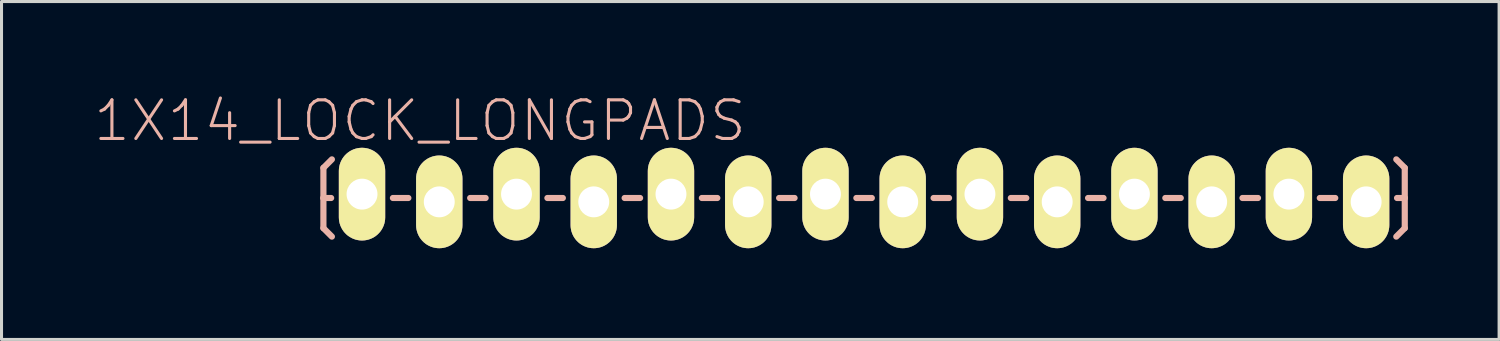
<source format=kicad_pcb>
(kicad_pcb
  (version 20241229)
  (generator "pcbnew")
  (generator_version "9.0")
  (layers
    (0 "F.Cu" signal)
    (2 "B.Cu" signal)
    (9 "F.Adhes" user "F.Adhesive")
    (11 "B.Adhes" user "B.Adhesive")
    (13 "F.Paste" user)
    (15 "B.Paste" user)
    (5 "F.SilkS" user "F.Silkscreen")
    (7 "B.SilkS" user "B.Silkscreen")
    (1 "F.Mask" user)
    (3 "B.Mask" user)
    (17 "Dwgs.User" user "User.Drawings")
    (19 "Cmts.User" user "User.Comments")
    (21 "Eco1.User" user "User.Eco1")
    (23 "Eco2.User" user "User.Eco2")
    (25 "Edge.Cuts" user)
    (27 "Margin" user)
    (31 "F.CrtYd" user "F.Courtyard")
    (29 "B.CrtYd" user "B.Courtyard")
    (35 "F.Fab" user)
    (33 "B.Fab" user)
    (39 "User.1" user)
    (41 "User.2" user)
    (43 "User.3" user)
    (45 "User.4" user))
  (footprint "1X14_LOCK_LONGPADS"
    (layer "F.Cu")
    (at 8.855 3.461)
    (property "Reference" "1X14_LOCK_LONGPADS" (at 1.905 -2.54 0) (layer "B.SilkS") (effects (font (size 1.27 1.27) (thickness 0.102))))
    (attr exclude_from_pos_files exclude_from_bom)
    (fp_line (start -0.292 -0.292) (end 0.292 -0.292) (stroke (width 0.066) (type solid)) (layer "F.SilkS"))
    (fp_line (start -0.292 0.292) (end -0.292 -0.292) (stroke (width 0.066) (type solid)) (layer "F.SilkS"))
    (fp_line (start -0.292 0.292) (end 0.292 0.292) (stroke (width 0.066) (type solid)) (layer "F.SilkS"))
    (fp_line (start 0.292 0.292) (end 0.292 -0.292) (stroke (width 0.066) (type solid)) (layer "F.SilkS"))
    (fp_line (start 2.248 -0.292) (end 2.832 -0.292) (stroke (width 0.066) (type solid)) (layer "F.SilkS"))
    (fp_line (start 2.248 0.292) (end 2.248 -0.292) (stroke (width 0.066) (type solid)) (layer "F.SilkS"))
    (fp_line (start 2.248 0.292) (end 2.832 0.292) (stroke (width 0.066) (type solid)) (layer "F.SilkS"))
    (fp_line (start 2.832 0.292) (end 2.832 -0.292) (stroke (width 0.066) (type solid)) (layer "F.SilkS"))
    (fp_line (start 4.788 -0.292) (end 5.372 -0.292) (stroke (width 0.066) (type solid)) (layer "F.SilkS"))
    (fp_line (start 4.788 0.292) (end 4.788 -0.292) (stroke (width 0.066) (type solid)) (layer "F.SilkS"))
    (fp_line (start 4.788 0.292) (end 5.372 0.292) (stroke (width 0.066) (type solid)) (layer "F.SilkS"))
    (fp_line (start 5.372 0.292) (end 5.372 -0.292) (stroke (width 0.066) (type solid)) (layer "F.SilkS"))
    (fp_line (start 7.328 -0.292) (end 7.912 -0.292) (stroke (width 0.066) (type solid)) (layer "F.SilkS"))
    (fp_line (start 7.328 0.292) (end 7.328 -0.292) (stroke (width 0.066) (type solid)) (layer "F.SilkS"))
    (fp_line (start 7.328 0.292) (end 7.912 0.292) (stroke (width 0.066) (type solid)) (layer "F.SilkS"))
    (fp_line (start 7.912 0.292) (end 7.912 -0.292) (stroke (width 0.066) (type solid)) (layer "F.SilkS"))
    (fp_line (start 9.868 -0.292) (end 10.452 -0.292) (stroke (width 0.066) (type solid)) (layer "F.SilkS"))
    (fp_line (start 9.868 0.292) (end 9.868 -0.292) (stroke (width 0.066) (type solid)) (layer "F.SilkS"))
    (fp_line (start 9.868 0.292) (end 10.452 0.292) (stroke (width 0.066) (type solid)) (layer "F.SilkS"))
    (fp_line (start 10.452 0.292) (end 10.452 -0.292) (stroke (width 0.066) (type solid)) (layer "F.SilkS"))
    (fp_line (start 12.408 -0.292) (end 12.992 -0.292) (stroke (width 0.066) (type solid)) (layer "F.SilkS"))
    (fp_line (start 12.408 0.292) (end 12.408 -0.292) (stroke (width 0.066) (type solid)) (layer "F.SilkS"))
    (fp_line (start 12.408 0.292) (end 12.992 0.292) (stroke (width 0.066) (type solid)) (layer "F.SilkS"))
    (fp_line (start 12.992 0.292) (end 12.992 -0.292) (stroke (width 0.066) (type solid)) (layer "F.SilkS"))
    (fp_line (start 14.948 -0.292) (end 15.532 -0.292) (stroke (width 0.066) (type solid)) (layer "F.SilkS"))
    (fp_line (start 14.948 0.292) (end 14.948 -0.292) (stroke (width 0.066) (type solid)) (layer "F.SilkS"))
    (fp_line (start 14.948 0.292) (end 15.532 0.292) (stroke (width 0.066) (type solid)) (layer "F.SilkS"))
    (fp_line (start 15.532 0.292) (end 15.532 -0.292) (stroke (width 0.066) (type solid)) (layer "F.SilkS"))
    (fp_line (start 17.488 -0.292) (end 18.072 -0.292) (stroke (width 0.066) (type solid)) (layer "F.SilkS"))
    (fp_line (start 17.488 0.292) (end 17.488 -0.292) (stroke (width 0.066) (type solid)) (layer "F.SilkS"))
    (fp_line (start 17.488 0.292) (end 18.072 0.292) (stroke (width 0.066) (type solid)) (layer "F.SilkS"))
    (fp_line (start 18.072 0.292) (end 18.072 -0.292) (stroke (width 0.066) (type solid)) (layer "F.SilkS"))
    (fp_line (start 20.028 -0.292) (end 20.612 -0.292) (stroke (width 0.066) (type solid)) (layer "F.SilkS"))
    (fp_line (start 20.028 0.292) (end 20.028 -0.292) (stroke (width 0.066) (type solid)) (layer "F.SilkS"))
    (fp_line (start 20.028 0.292) (end 20.612 0.292) (stroke (width 0.066) (type solid)) (layer "F.SilkS"))
    (fp_line (start 20.612 0.292) (end 20.612 -0.292) (stroke (width 0.066) (type solid)) (layer "F.SilkS"))
    (fp_line (start 22.568 -0.292) (end 23.152 -0.292) (stroke (width 0.066) (type solid)) (layer "F.SilkS"))
    (fp_line (start 22.568 0.292) (end 22.568 -0.292) (stroke (width 0.066) (type solid)) (layer "F.SilkS"))
    (fp_line (start 22.568 0.292) (end 23.152 0.292) (stroke (width 0.066) (type solid)) (layer "F.SilkS"))
    (fp_line (start 23.152 0.292) (end 23.152 -0.292) (stroke (width 0.066) (type solid)) (layer "F.SilkS"))
    (fp_line (start 25.108 -0.292) (end 25.692 -0.292) (stroke (width 0.066) (type solid)) (layer "F.SilkS"))
    (fp_line (start 25.108 0.292) (end 25.108 -0.292) (stroke (width 0.066) (type solid)) (layer "F.SilkS"))
    (fp_line (start 25.108 0.292) (end 25.692 0.292) (stroke (width 0.066) (type solid)) (layer "F.SilkS"))
    (fp_line (start 25.692 0.292) (end 25.692 -0.292) (stroke (width 0.066) (type solid)) (layer "F.SilkS"))
    (fp_line (start 27.648 -0.292) (end 28.232 -0.292) (stroke (width 0.066) (type solid)) (layer "F.SilkS"))
    (fp_line (start 27.648 0.292) (end 27.648 -0.292) (stroke (width 0.066) (type solid)) (layer "F.SilkS"))
    (fp_line (start 27.648 0.292) (end 28.232 0.292) (stroke (width 0.066) (type solid)) (layer "F.SilkS"))
    (fp_line (start 28.232 0.292) (end 28.232 -0.292) (stroke (width 0.066) (type solid)) (layer "F.SilkS"))
    (fp_line (start 30.185 -0.292) (end 30.772 -0.292) (stroke (width 0.066) (type solid)) (layer "F.SilkS"))
    (fp_line (start 30.185 0.292) (end 30.185 -0.292) (stroke (width 0.066) (type solid)) (layer "F.SilkS"))
    (fp_line (start 30.185 0.292) (end 30.772 0.292) (stroke (width 0.066) (type solid)) (layer "F.SilkS"))
    (fp_line (start 30.772 0.292) (end 30.772 -0.292) (stroke (width 0.066) (type solid)) (layer "F.SilkS"))
    (fp_line (start 32.728 -0.292) (end 33.312 -0.292) (stroke (width 0.066) (type solid)) (layer "F.SilkS"))
    (fp_line (start 32.728 0.292) (end 32.728 -0.292) (stroke (width 0.066) (type solid)) (layer "F.SilkS"))
    (fp_line (start 32.728 0.292) (end 33.312 0.292) (stroke (width 0.066) (type solid)) (layer "F.SilkS"))
    (fp_line (start 33.312 0.292) (end 33.312 -0.292) (stroke (width 0.066) (type solid)) (layer "F.SilkS"))
    (fp_line (start -1.27 -0.991) (end -0.991 -1.27) (stroke (width 0.203) (type solid)) (layer "B.SilkS"))
    (fp_line (start -1.27 0) (end -1.27 -0.991) (stroke (width 0.203) (type solid)) (layer "B.SilkS"))
    (fp_line (start -1.27 0) (end -1.27 0.991) (stroke (width 0.203) (type solid)) (layer "B.SilkS"))
    (fp_line (start -1.27 0) (end -1.016 0) (stroke (width 0.203) (type solid)) (layer "B.SilkS"))
    (fp_line (start -1.27 0.991) (end -0.991 1.27) (stroke (width 0.203) (type solid)) (layer "B.SilkS"))
    (fp_line (start 1.524 0) (end 1.016 0) (stroke (width 0.203) (type solid)) (layer "B.SilkS"))
    (fp_line (start 4.064 0) (end 3.556 0) (stroke (width 0.203) (type solid)) (layer "B.SilkS"))
    (fp_line (start 6.604 0) (end 6.096 0) (stroke (width 0.203) (type solid)) (layer "B.SilkS"))
    (fp_line (start 9.144 0) (end 8.636 0) (stroke (width 0.203) (type solid)) (layer "B.SilkS"))
    (fp_line (start 11.684 0) (end 11.176 0) (stroke (width 0.203) (type solid)) (layer "B.SilkS"))
    (fp_line (start 14.224 0) (end 13.716 0) (stroke (width 0.203) (type solid)) (layer "B.SilkS"))
    (fp_line (start 16.764 0) (end 16.256 0) (stroke (width 0.203) (type solid)) (layer "B.SilkS"))
    (fp_line (start 19.304 0) (end 18.796 0) (stroke (width 0.203) (type solid)) (layer "B.SilkS"))
    (fp_line (start 21.844 0) (end 21.336 0) (stroke (width 0.203) (type solid)) (layer "B.SilkS"))
    (fp_line (start 24.384 0) (end 23.876 0) (stroke (width 0.203) (type solid)) (layer "B.SilkS"))
    (fp_line (start 26.924 0) (end 26.416 0) (stroke (width 0.203) (type solid)) (layer "B.SilkS"))
    (fp_line (start 29.464 0) (end 28.953 0) (stroke (width 0.203) (type solid)) (layer "B.SilkS"))
    (fp_line (start 32.004 0) (end 31.496 0) (stroke (width 0.203) (type solid)) (layer "B.SilkS"))
    (fp_line (start 34.29 -0.991) (end 34.011 -1.27) (stroke (width 0.203) (type solid)) (layer "B.SilkS"))
    (fp_line (start 34.29 0) (end 34.036 0) (stroke (width 0.203) (type solid)) (layer "B.SilkS"))
    (fp_line (start 34.29 0) (end 34.29 -0.991) (stroke (width 0.203) (type solid)) (layer "B.SilkS"))
    (fp_line (start 34.29 0) (end 34.29 0.991) (stroke (width 0.203) (type solid)) (layer "B.SilkS"))
    (fp_line (start 34.29 0.991) (end 34.011 1.27) (stroke (width 0.203) (type solid)) (layer "B.SilkS"))
    (pad "1" thru_hole oval (at 0 -0.127 180) (size 1.524 3.048) (drill 1.016) (layers "*.Cu" "F.Mask" "F.SilkS" "F.Paste"))
    (pad "2" thru_hole oval (at 2.54 0.127 180) (size 1.524 3.048) (drill 1.016) (layers "*.Cu" "F.Mask" "F.SilkS" "F.Paste"))
    (pad "3" thru_hole oval (at 5.08 -0.127 180) (size 1.524 3.048) (drill 1.016) (layers "*.Cu" "F.Mask" "F.SilkS" "F.Paste"))
    (pad "4" thru_hole oval (at 7.62 0.127 180) (size 1.524 3.048) (drill 1.016) (layers "*.Cu" "F.Mask" "F.SilkS" "F.Paste"))
    (pad "5" thru_hole oval (at 10.16 -0.127 180) (size 1.524 3.048) (drill 1.016) (layers "*.Cu" "F.Mask" "F.SilkS" "F.Paste"))
    (pad "6" thru_hole oval (at 12.7 0.127 180) (size 1.524 3.048) (drill 1.016) (layers "*.Cu" "F.Mask" "F.SilkS" "F.Paste"))
    (pad "7" thru_hole oval (at 15.24 -0.127 180) (size 1.524 3.048) (drill 1.016) (layers "*.Cu" "F.Mask" "F.SilkS" "F.Paste"))
    (pad "8" thru_hole oval (at 17.78 0.127 180) (size 1.524 3.048) (drill 1.016) (layers "*.Cu" "F.Mask" "F.SilkS" "F.Paste"))
    (pad "9" thru_hole oval (at 20.32 -0.127 180) (size 1.524 3.048) (drill 1.016) (layers "*.Cu" "F.Mask" "F.SilkS" "F.Paste"))
    (pad "10" thru_hole oval (at 22.86 0.127 180) (size 1.524 3.048) (drill 1.016) (layers "*.Cu" "F.Mask" "F.SilkS" "F.Paste"))
    (pad "11" thru_hole oval (at 25.4 -0.127 180) (size 1.524 3.048) (drill 1.016) (layers "*.Cu" "F.Mask" "F.SilkS" "F.Paste"))
    (pad "12" thru_hole oval (at 27.94 0.127 180) (size 1.524 3.048) (drill 1.016) (layers "*.Cu" "F.Mask" "F.SilkS" "F.Paste"))
    (pad "13" thru_hole oval (at 30.48 -0.127 180) (size 1.524 3.048) (drill 1.016) (layers "*.Cu" "F.Mask" "F.SilkS" "F.Paste"))
    (pad "14" thru_hole oval (at 33.02 0.127 180) (size 1.524 3.048) (drill 1.016) (layers "*.Cu" "F.Mask" "F.SilkS" "F.Paste")))
  (gr_rect
    (start -3 -3)
    (end 46.247 8.112)
    (stroke (width 0.1) (type default))
    (fill no)
    (layer "Edge.Cuts")))
</source>
